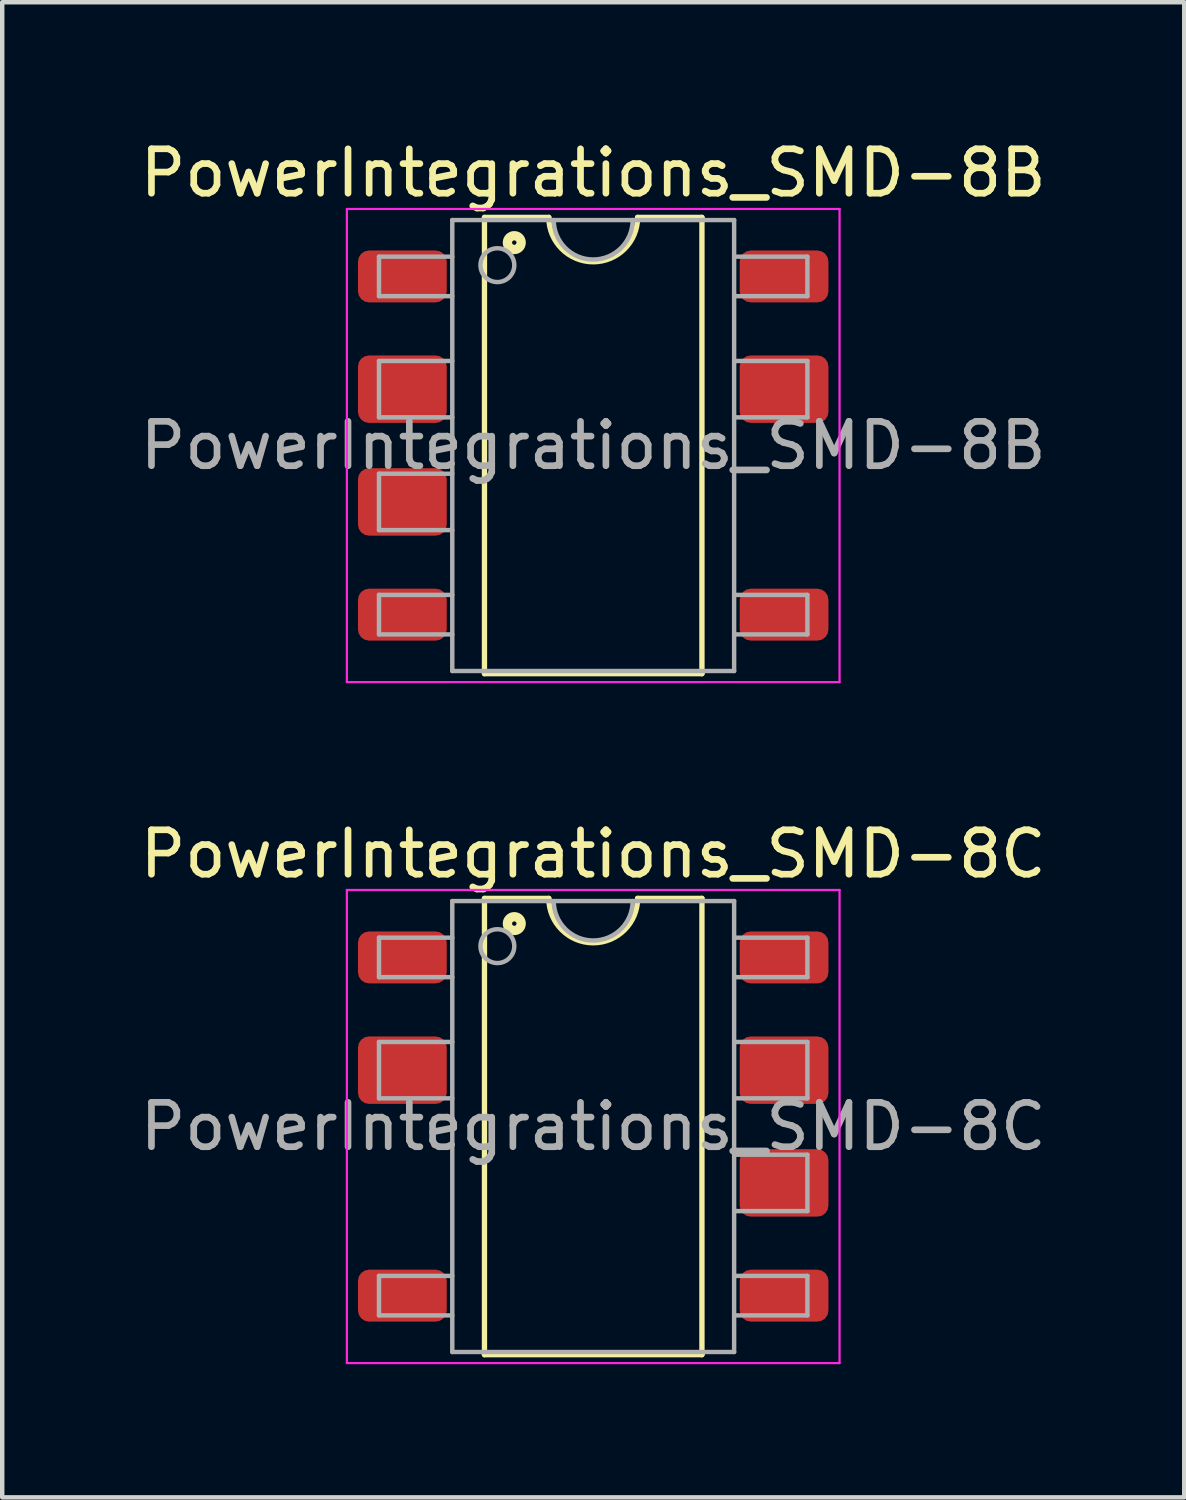
<source format=kicad_pcb>
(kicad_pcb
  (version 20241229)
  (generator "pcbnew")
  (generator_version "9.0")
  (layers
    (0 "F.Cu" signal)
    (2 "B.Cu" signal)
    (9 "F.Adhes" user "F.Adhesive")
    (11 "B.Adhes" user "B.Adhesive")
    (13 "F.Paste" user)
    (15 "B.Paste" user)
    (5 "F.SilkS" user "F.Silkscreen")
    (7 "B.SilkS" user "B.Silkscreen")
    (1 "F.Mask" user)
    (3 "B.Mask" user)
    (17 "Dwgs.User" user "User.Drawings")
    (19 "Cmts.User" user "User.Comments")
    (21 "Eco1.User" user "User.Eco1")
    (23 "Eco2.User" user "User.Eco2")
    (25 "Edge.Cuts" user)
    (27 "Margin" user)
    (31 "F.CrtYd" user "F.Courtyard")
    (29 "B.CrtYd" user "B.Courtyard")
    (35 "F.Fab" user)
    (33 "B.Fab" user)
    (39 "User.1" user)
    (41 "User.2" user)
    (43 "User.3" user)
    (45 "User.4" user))
  (footprint "PowerIntegrations_SMD-8B"
    (layer "F.Cu")
    (at 10.315 6.988)
    (property "Reference" "PowerIntegrations_SMD-8B" (at 0 -6.14 0) (layer "F.SilkS") (effects (font (size 1 1) (thickness 0.15))))
    (attr smd)
    (fp_line (start -2.45 -5.14) (end -2.45 5.14) (stroke (width 0.12) (type solid)) (layer "F.SilkS"))
    (fp_line (start -2.45 5.14) (end 2.45 5.14) (stroke (width 0.12) (type solid)) (layer "F.SilkS"))
    (fp_line (start -1 -5.14) (end -2.45 -5.14) (stroke (width 0.12) (type solid)) (layer "F.SilkS"))
    (fp_line (start 2.45 -5.14) (end 1 -5.14) (stroke (width 0.12) (type solid)) (layer "F.SilkS"))
    (fp_line (start 2.45 5.14) (end 2.45 -5.14) (stroke (width 0.12) (type solid)) (layer "F.SilkS"))
    (fp_arc (start 1 -5.14) (mid 0 -4.14) (end -1 -5.14) (stroke (width 0.12) (type solid)) (layer "F.SilkS"))
    (fp_circle (center -1.778 -4.572) (end -1.728 -4.572) (stroke (width 0.12) (type solid)) (fill no) (layer "F.SilkS"))
    (fp_circle (center -1.778 -4.572) (end -1.653 -4.572) (stroke (width 0.12) (type solid)) (fill no) (layer "F.SilkS"))
    (fp_circle (center -1.778 -4.572) (end -1.578 -4.572) (stroke (width 0.12) (type solid)) (fill no) (layer "F.SilkS"))
    (fp_line (start -5.55 -5.33) (end -5.55 5.33) (stroke (width 0.05) (type solid)) (layer "F.CrtYd"))
    (fp_line (start -5.55 -5.33) (end 5.55 -5.33) (stroke (width 0.05) (type solid)) (layer "F.CrtYd"))
    (fp_line (start 5.55 5.33) (end -5.55 5.33) (stroke (width 0.05) (type solid)) (layer "F.CrtYd"))
    (fp_line (start 5.55 5.33) (end 5.55 -5.33) (stroke (width 0.05) (type solid)) (layer "F.CrtYd"))
    (fp_line (start -4.826 -4.255) (end -4.826 -3.365) (stroke (width 0.1) (type solid)) (layer "F.Fab"))
    (fp_line (start -4.826 -4.255) (end -3.175 -4.255) (stroke (width 0.1) (type solid)) (layer "F.Fab"))
    (fp_line (start -4.826 -3.365) (end -3.175 -3.365) (stroke (width 0.1) (type solid)) (layer "F.Fab"))
    (fp_line (start -4.826 -1.905) (end -4.826 -0.635) (stroke (width 0.1) (type solid)) (layer "F.Fab"))
    (fp_line (start -4.826 -1.905) (end -3.175 -1.905) (stroke (width 0.1) (type solid)) (layer "F.Fab"))
    (fp_line (start -4.826 -0.635) (end -3.175 -0.635) (stroke (width 0.1) (type solid)) (layer "F.Fab"))
    (fp_line (start -4.826 1.905) (end -4.826 0.635) (stroke (width 0.1) (type solid)) (layer "F.Fab"))
    (fp_line (start -4.826 4.255) (end -4.826 3.365) (stroke (width 0.1) (type solid)) (layer "F.Fab"))
    (fp_line (start -3.175 -5.08) (end 3.175 -5.08) (stroke (width 0.1) (type solid)) (layer "F.Fab"))
    (fp_line (start -3.175 0.635) (end -4.826 0.635) (stroke (width 0.1) (type solid)) (layer "F.Fab"))
    (fp_line (start -3.175 1.905) (end -4.826 1.905) (stroke (width 0.1) (type solid)) (layer "F.Fab"))
    (fp_line (start -3.175 3.365) (end -4.826 3.365) (stroke (width 0.1) (type solid)) (layer "F.Fab"))
    (fp_line (start -3.175 4.255) (end -4.826 4.255) (stroke (width 0.1) (type solid)) (layer "F.Fab"))
    (fp_line (start -3.175 5.08) (end -3.175 -5.08) (stroke (width 0.1) (type solid)) (layer "F.Fab"))
    (fp_line (start 3.175 -5.08) (end 3.175 5.08) (stroke (width 0.1) (type solid)) (layer "F.Fab"))
    (fp_line (start 3.175 -4.255) (end 4.826 -4.255) (stroke (width 0.1) (type solid)) (layer "F.Fab"))
    (fp_line (start 3.175 -3.365) (end 4.826 -3.365) (stroke (width 0.1) (type solid)) (layer "F.Fab"))
    (fp_line (start 3.175 -1.905) (end 4.826 -1.905) (stroke (width 0.1) (type solid)) (layer "F.Fab"))
    (fp_line (start 3.175 -0.635) (end 4.826 -0.635) (stroke (width 0.1) (type solid)) (layer "F.Fab"))
    (fp_line (start 3.175 5.08) (end -3.175 5.08) (stroke (width 0.1) (type solid)) (layer "F.Fab"))
    (fp_line (start 4.826 -4.255) (end 4.826 -3.365) (stroke (width 0.1) (type solid)) (layer "F.Fab"))
    (fp_line (start 4.826 -1.905) (end 4.826 -0.635) (stroke (width 0.1) (type solid)) (layer "F.Fab"))
    (fp_line (start 4.826 3.365) (end 3.175 3.365) (stroke (width 0.1) (type solid)) (layer "F.Fab"))
    (fp_line (start 4.826 4.255) (end 3.175 4.255) (stroke (width 0.1) (type solid)) (layer "F.Fab"))
    (fp_line (start 4.826 4.255) (end 4.826 3.365) (stroke (width 0.1) (type solid)) (layer "F.Fab"))
    (fp_arc (start 0.889 -5.08) (mid 0 -4.191) (end -0.889 -5.08) (stroke (width 0.1) (type solid)) (layer "F.Fab"))
    (fp_circle (center -2.159 -4.064) (end -1.778 -4.064) (stroke (width 0.1) (type solid)) (fill no) (layer "F.Fab"))
    (fp_text user "${REFERENCE}" (at 0 0 0) (layer "F.Fab") (effects (font (size 1 1) (thickness 0.15))))
    (pad "1" smd roundrect (at -4.3 -3.81) (size 2 1.17) (layers "F.Cu" "F.Mask" "F.Paste") (roundrect_rratio 0.214))
    (pad "2" smd roundrect (at -4.3 -1.27) (size 2 1.52) (layers "F.Cu" "F.Mask" "F.Paste") (roundrect_rratio 0.164))
    (pad "3" smd roundrect (at -4.3 1.27) (size 2 1.52) (layers "F.Cu" "F.Mask" "F.Paste") (roundrect_rratio 0.164))
    (pad "4" smd roundrect (at -4.3 3.81) (size 2 1.17) (layers "F.Cu" "F.Mask" "F.Paste") (roundrect_rratio 0.214))
    (pad "5" smd roundrect (at 4.3 3.81) (size 2 1.17) (layers "F.Cu" "F.Mask" "F.Paste") (roundrect_rratio 0.214))
    (pad "7" smd roundrect (at 4.3 -1.27) (size 2 1.52) (layers "F.Cu" "F.Mask" "F.Paste") (roundrect_rratio 0.164))
    (pad "8" smd roundrect (at 4.3 -3.81) (size 2 1.17) (layers "F.Cu" "F.Mask" "F.Paste") (roundrect_rratio 0.214)))
  (footprint "PowerIntegrations_SMD-8C"
    (layer "F.Cu")
    (at 10.315 22.331)
    (property "Reference" "PowerIntegrations_SMD-8C" (at 0 -6.14 0) (layer "F.SilkS") (effects (font (size 1 1) (thickness 0.15))))
    (attr smd)
    (fp_line (start -2.45 -5.14) (end -2.45 5.14) (stroke (width 0.12) (type solid)) (layer "F.SilkS"))
    (fp_line (start -2.45 5.14) (end 2.45 5.14) (stroke (width 0.12) (type solid)) (layer "F.SilkS"))
    (fp_line (start -1 -5.14) (end -2.45 -5.14) (stroke (width 0.12) (type solid)) (layer "F.SilkS"))
    (fp_line (start 2.45 -5.14) (end 1 -5.14) (stroke (width 0.12) (type solid)) (layer "F.SilkS"))
    (fp_line (start 2.45 5.14) (end 2.45 -5.14) (stroke (width 0.12) (type solid)) (layer "F.SilkS"))
    (fp_arc (start 1 -5.14) (mid 0 -4.14) (end -1 -5.14) (stroke (width 0.12) (type solid)) (layer "F.SilkS"))
    (fp_circle (center -1.778 -4.572) (end -1.728 -4.572) (stroke (width 0.12) (type solid)) (fill no) (layer "F.SilkS"))
    (fp_circle (center -1.778 -4.572) (end -1.653 -4.572) (stroke (width 0.12) (type solid)) (fill no) (layer "F.SilkS"))
    (fp_circle (center -1.778 -4.572) (end -1.578 -4.572) (stroke (width 0.12) (type solid)) (fill no) (layer "F.SilkS"))
    (fp_line (start -5.55 -5.33) (end -5.55 5.33) (stroke (width 0.05) (type solid)) (layer "F.CrtYd"))
    (fp_line (start -5.55 -5.33) (end 5.55 -5.33) (stroke (width 0.05) (type solid)) (layer "F.CrtYd"))
    (fp_line (start 5.55 5.33) (end -5.55 5.33) (stroke (width 0.05) (type solid)) (layer "F.CrtYd"))
    (fp_line (start 5.55 5.33) (end 5.55 -5.33) (stroke (width 0.05) (type solid)) (layer "F.CrtYd"))
    (fp_line (start -4.826 -4.255) (end -4.826 -3.365) (stroke (width 0.1) (type solid)) (layer "F.Fab"))
    (fp_line (start -4.826 -4.255) (end -3.175 -4.255) (stroke (width 0.1) (type solid)) (layer "F.Fab"))
    (fp_line (start -4.826 -3.365) (end -3.175 -3.365) (stroke (width 0.1) (type solid)) (layer "F.Fab"))
    (fp_line (start -4.826 -1.905) (end -4.826 -0.635) (stroke (width 0.1) (type solid)) (layer "F.Fab"))
    (fp_line (start -4.826 -1.905) (end -3.175 -1.905) (stroke (width 0.1) (type solid)) (layer "F.Fab"))
    (fp_line (start -4.826 -0.635) (end -3.175 -0.635) (stroke (width 0.1) (type solid)) (layer "F.Fab"))
    (fp_line (start -4.826 4.255) (end -4.826 3.365) (stroke (width 0.1) (type solid)) (layer "F.Fab"))
    (fp_line (start -3.175 -5.08) (end 3.175 -5.08) (stroke (width 0.1) (type solid)) (layer "F.Fab"))
    (fp_line (start -3.175 3.365) (end -4.826 3.365) (stroke (width 0.1) (type solid)) (layer "F.Fab"))
    (fp_line (start -3.175 4.255) (end -4.826 4.255) (stroke (width 0.1) (type solid)) (layer "F.Fab"))
    (fp_line (start -3.175 5.08) (end -3.175 -5.08) (stroke (width 0.1) (type solid)) (layer "F.Fab"))
    (fp_line (start 3.175 -5.08) (end 3.175 5.08) (stroke (width 0.1) (type solid)) (layer "F.Fab"))
    (fp_line (start 3.175 -4.255) (end 4.826 -4.255) (stroke (width 0.1) (type solid)) (layer "F.Fab"))
    (fp_line (start 3.175 -3.365) (end 4.826 -3.365) (stroke (width 0.1) (type solid)) (layer "F.Fab"))
    (fp_line (start 3.175 -1.905) (end 4.826 -1.905) (stroke (width 0.1) (type solid)) (layer "F.Fab"))
    (fp_line (start 3.175 -0.635) (end 4.826 -0.635) (stroke (width 0.1) (type solid)) (layer "F.Fab"))
    (fp_line (start 3.175 5.08) (end -3.175 5.08) (stroke (width 0.1) (type solid)) (layer "F.Fab"))
    (fp_line (start 4.826 -4.255) (end 4.826 -3.365) (stroke (width 0.1) (type solid)) (layer "F.Fab"))
    (fp_line (start 4.826 -1.905) (end 4.826 -0.635) (stroke (width 0.1) (type solid)) (layer "F.Fab"))
    (fp_line (start 4.826 0.635) (end 3.175 0.635) (stroke (width 0.1) (type solid)) (layer "F.Fab"))
    (fp_line (start 4.826 1.905) (end 3.175 1.905) (stroke (width 0.1) (type solid)) (layer "F.Fab"))
    (fp_line (start 4.826 1.905) (end 4.826 0.635) (stroke (width 0.1) (type solid)) (layer "F.Fab"))
    (fp_line (start 4.826 3.365) (end 3.175 3.365) (stroke (width 0.1) (type solid)) (layer "F.Fab"))
    (fp_line (start 4.826 4.255) (end 3.175 4.255) (stroke (width 0.1) (type solid)) (layer "F.Fab"))
    (fp_line (start 4.826 4.255) (end 4.826 3.365) (stroke (width 0.1) (type solid)) (layer "F.Fab"))
    (fp_arc (start 0.889 -5.08) (mid 0 -4.191) (end -0.889 -5.08) (stroke (width 0.1) (type solid)) (layer "F.Fab"))
    (fp_circle (center -2.159 -4.064) (end -1.778 -4.064) (stroke (width 0.1) (type solid)) (fill no) (layer "F.Fab"))
    (fp_text user "${REFERENCE}" (at 0 0 0) (layer "F.Fab") (effects (font (size 1 1) (thickness 0.15))))
    (pad "1" smd roundrect (at -4.3 -3.81) (size 2 1.17) (layers "F.Cu" "F.Mask" "F.Paste") (roundrect_rratio 0.214))
    (pad "2" smd roundrect (at -4.3 -1.27) (size 2 1.52) (layers "F.Cu" "F.Mask" "F.Paste") (roundrect_rratio 0.164))
    (pad "4" smd roundrect (at -4.3 3.81) (size 2 1.17) (layers "F.Cu" "F.Mask" "F.Paste") (roundrect_rratio 0.214))
    (pad "5" smd roundrect (at 4.3 3.81) (size 2 1.17) (layers "F.Cu" "F.Mask" "F.Paste") (roundrect_rratio 0.214))
    (pad "6" smd roundrect (at 4.3 1.27) (size 2 1.52) (layers "F.Cu" "F.Mask" "F.Paste") (roundrect_rratio 0.164))
    (pad "7" smd roundrect (at 4.3 -1.27) (size 2 1.52) (layers "F.Cu" "F.Mask" "F.Paste") (roundrect_rratio 0.164))
    (pad "8" smd roundrect (at 4.3 -3.81) (size 2 1.17) (layers "F.Cu" "F.Mask" "F.Paste") (roundrect_rratio 0.214)))
  (gr_rect
    (start -3 -3)
    (end 23.631 30.686)
    (stroke (width 0.1) (type default))
    (fill no)
    (layer "Edge.Cuts")))
</source>
